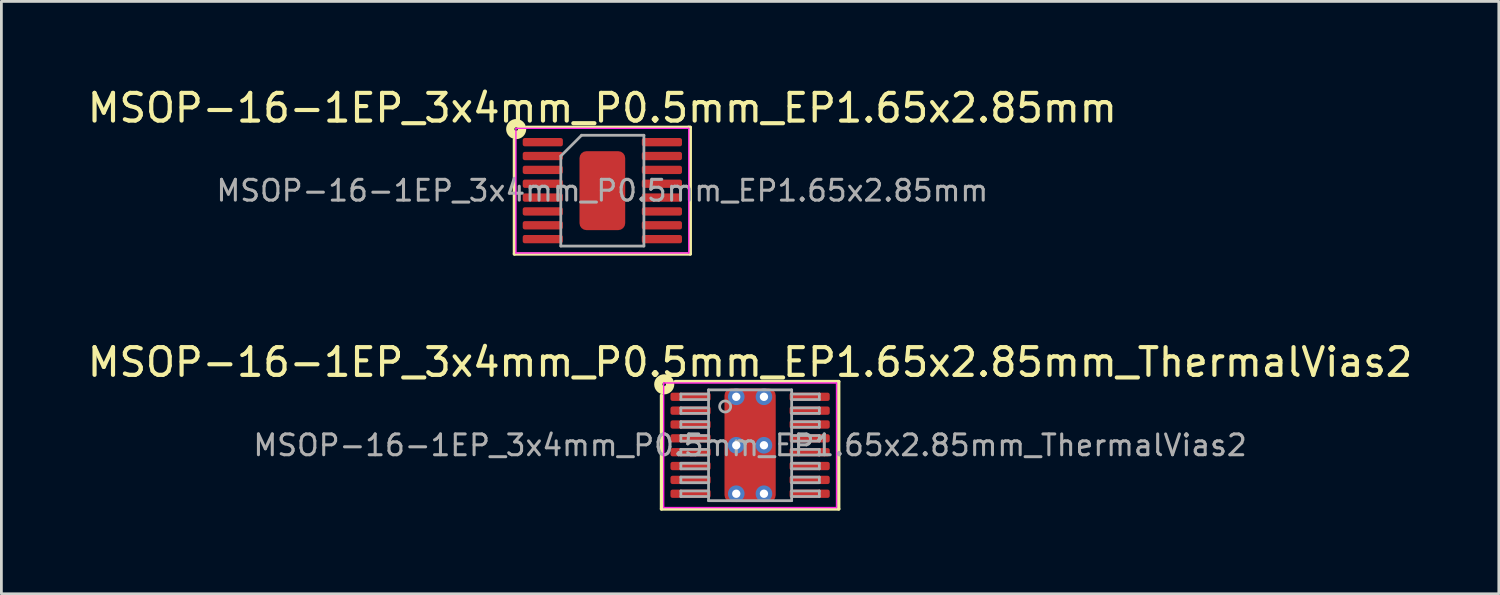
<source format=kicad_pcb>
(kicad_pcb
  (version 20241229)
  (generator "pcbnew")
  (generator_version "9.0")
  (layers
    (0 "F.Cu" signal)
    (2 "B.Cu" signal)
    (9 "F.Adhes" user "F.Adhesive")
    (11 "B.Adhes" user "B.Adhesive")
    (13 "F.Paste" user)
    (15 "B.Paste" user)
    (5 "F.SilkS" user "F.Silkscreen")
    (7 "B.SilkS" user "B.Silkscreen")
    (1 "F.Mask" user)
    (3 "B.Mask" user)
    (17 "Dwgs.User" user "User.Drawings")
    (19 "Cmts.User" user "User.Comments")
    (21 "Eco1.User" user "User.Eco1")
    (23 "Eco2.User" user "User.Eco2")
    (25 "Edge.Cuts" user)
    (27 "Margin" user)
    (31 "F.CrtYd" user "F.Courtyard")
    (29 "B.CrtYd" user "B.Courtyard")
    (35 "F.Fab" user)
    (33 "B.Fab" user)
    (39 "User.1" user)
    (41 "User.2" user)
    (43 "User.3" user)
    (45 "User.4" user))
  (footprint "MSOP-16-1EP_3x4mm_P0.5mm_EP1.65x2.85mm"
    (layer "F.Cu")
    (at 18.696 3.833)
    (property "Reference" "MSOP-16-1EP_3x4mm_P0.5mm_EP1.65x2.85mm" (at 0 -2.985 0) (layer "F.SilkS") (effects (font (size 1 1) (thickness 0.15))))
    (attr smd)
    (fp_line (start -3.175 2.286) (end -3.175 -1.841) (stroke (width 0.12) (type solid)) (layer "F.SilkS"))
    (fp_line (start -2.731 -2.286) (end 3.111 -2.286) (stroke (width 0.12) (type solid)) (layer "F.SilkS"))
    (fp_line (start 3.111 -2.286) (end 3.175 -2.286) (stroke (width 0.12) (type solid)) (layer "F.SilkS"))
    (fp_line (start 3.175 -2.286) (end 3.175 2.286) (stroke (width 0.12) (type solid)) (layer "F.SilkS"))
    (fp_line (start 3.175 2.286) (end -3.175 2.286) (stroke (width 0.12) (type solid)) (layer "F.SilkS"))
    (fp_circle (center -3.111 -2.223) (end -3.048 -2.223) (stroke (width 0.3) (type solid)) (fill no) (layer "F.SilkS"))
    (fp_line (start -3.12 -2.25) (end -3.12 2.25) (stroke (width 0.05) (type solid)) (layer "F.CrtYd"))
    (fp_line (start -3.12 2.25) (end 3.12 2.25) (stroke (width 0.05) (type solid)) (layer "F.CrtYd"))
    (fp_line (start 3.12 -2.25) (end -3.12 -2.25) (stroke (width 0.05) (type solid)) (layer "F.CrtYd"))
    (fp_line (start 3.12 2.25) (end 3.12 -2.25) (stroke (width 0.05) (type solid)) (layer "F.CrtYd"))
    (fp_line (start -1.5 -1.25) (end -0.75 -2) (stroke (width 0.1) (type solid)) (layer "F.Fab"))
    (fp_line (start -1.5 2) (end -1.5 -1.25) (stroke (width 0.1) (type solid)) (layer "F.Fab"))
    (fp_line (start -0.75 -2) (end 1.5 -2) (stroke (width 0.1) (type solid)) (layer "F.Fab"))
    (fp_line (start 1.5 -2) (end 1.5 2) (stroke (width 0.1) (type solid)) (layer "F.Fab"))
    (fp_line (start 1.5 2) (end -1.5 2) (stroke (width 0.1) (type solid)) (layer "F.Fab"))
    (fp_text user "${REFERENCE}" (at 0 0 0) (layer "F.Fab") (effects (font (size 0.75 0.75) (thickness 0.11))))
    (pad "" smd roundrect (at -0.41 -0.71) (size 0.67 1.15) (layers "F.Paste") (roundrect_rratio 0.25))
    (pad "" smd roundrect (at -0.41 0.71) (size 0.67 1.15) (layers "F.Paste") (roundrect_rratio 0.25))
    (pad "" smd roundrect (at 0.41 -0.71) (size 0.67 1.15) (layers "F.Paste") (roundrect_rratio 0.25))
    (pad "" smd roundrect (at 0.41 0.71) (size 0.67 1.15) (layers "F.Paste") (roundrect_rratio 0.25))
    (pad "1" smd roundrect (at -2.15 -1.75) (size 1.45 0.3) (layers "F.Cu" "F.Mask" "F.Paste") (roundrect_rratio 0.25))
    (pad "2" smd roundrect (at -2.15 -1.25) (size 1.45 0.3) (layers "F.Cu" "F.Mask" "F.Paste") (roundrect_rratio 0.25))
    (pad "3" smd roundrect (at -2.15 -0.75) (size 1.45 0.3) (layers "F.Cu" "F.Mask" "F.Paste") (roundrect_rratio 0.25))
    (pad "4" smd roundrect (at -2.15 -0.25) (size 1.45 0.3) (layers "F.Cu" "F.Mask" "F.Paste") (roundrect_rratio 0.25))
    (pad "5" smd roundrect (at -2.15 0.25) (size 1.45 0.3) (layers "F.Cu" "F.Mask" "F.Paste") (roundrect_rratio 0.25))
    (pad "6" smd roundrect (at -2.15 0.75) (size 1.45 0.3) (layers "F.Cu" "F.Mask" "F.Paste") (roundrect_rratio 0.25))
    (pad "7" smd roundrect (at -2.15 1.25) (size 1.45 0.3) (layers "F.Cu" "F.Mask" "F.Paste") (roundrect_rratio 0.25))
    (pad "8" smd roundrect (at -2.15 1.75) (size 1.45 0.3) (layers "F.Cu" "F.Mask" "F.Paste") (roundrect_rratio 0.25))
    (pad "9" smd roundrect (at 2.15 1.75) (size 1.45 0.3) (layers "F.Cu" "F.Mask" "F.Paste") (roundrect_rratio 0.25))
    (pad "10" smd roundrect (at 2.15 1.25) (size 1.45 0.3) (layers "F.Cu" "F.Mask" "F.Paste") (roundrect_rratio 0.25))
    (pad "11" smd roundrect (at 2.15 0.75) (size 1.45 0.3) (layers "F.Cu" "F.Mask" "F.Paste") (roundrect_rratio 0.25))
    (pad "12" smd roundrect (at 2.15 0.25) (size 1.45 0.3) (layers "F.Cu" "F.Mask" "F.Paste") (roundrect_rratio 0.25))
    (pad "13" smd roundrect (at 2.15 -0.25) (size 1.45 0.3) (layers "F.Cu" "F.Mask" "F.Paste") (roundrect_rratio 0.25))
    (pad "14" smd roundrect (at 2.15 -0.75) (size 1.45 0.3) (layers "F.Cu" "F.Mask" "F.Paste") (roundrect_rratio 0.25))
    (pad "15" smd roundrect (at 2.15 -1.25) (size 1.45 0.3) (layers "F.Cu" "F.Mask" "F.Paste") (roundrect_rratio 0.25))
    (pad "16" smd roundrect (at 2.15 -1.75) (size 1.45 0.3) (layers "F.Cu" "F.Mask" "F.Paste") (roundrect_rratio 0.25))
    (pad "17" smd roundrect (at 0 0) (size 1.65 2.85) (layers "F.Cu" "F.Mask") (roundrect_rratio 0.152)))
  (footprint "MSOP-16-1EP_3x4mm_P0.5mm_EP1.65x2.85mm_ThermalVias2"
    (layer "F.Cu")
    (at 24.03 13.025)
    (property "Reference" "MSOP-16-1EP_3x4mm_P0.5mm_EP1.65x2.85mm_ThermalVias2" (at 0 -2.998 0) (layer "F.SilkS") (effects (font (size 1 1) (thickness 0.15))))
    (attr smd)
    (fp_line (start -3.2 2.3) (end -3.2 -1.8) (stroke (width 0.12) (type solid)) (layer "F.SilkS"))
    (fp_line (start -2.7 -2.3) (end 3.2 -2.3) (stroke (width 0.12) (type solid)) (layer "F.SilkS"))
    (fp_line (start 3.2 -2.3) (end 3.2 2.3) (stroke (width 0.12) (type solid)) (layer "F.SilkS"))
    (fp_line (start 3.2 2.3) (end -3.2 2.3) (stroke (width 0.12) (type solid)) (layer "F.SilkS"))
    (fp_circle (center -3.1 -2.2) (end -3.037 -2.2) (stroke (width 0.3) (type solid)) (fill no) (layer "F.SilkS"))
    (fp_line (start -3.12 -2.25) (end -3.12 2.25) (stroke (width 0.05) (type solid)) (layer "F.CrtYd"))
    (fp_line (start -3.12 2.25) (end 3.12 2.25) (stroke (width 0.05) (type solid)) (layer "F.CrtYd"))
    (fp_line (start 3.12 -2.25) (end -3.12 -2.25) (stroke (width 0.05) (type solid)) (layer "F.CrtYd"))
    (fp_line (start 3.12 2.25) (end 3.12 -2.25) (stroke (width 0.05) (type solid)) (layer "F.CrtYd"))
    (fp_line (start -2.5 -1.85) (end -2.5 -1.65) (stroke (width 0.1) (type solid)) (layer "F.Fab"))
    (fp_line (start -2.5 -1.85) (end -1.5 -1.85) (stroke (width 0.1) (type solid)) (layer "F.Fab"))
    (fp_line (start -2.5 -1.65) (end -1.5 -1.65) (stroke (width 0.1) (type solid)) (layer "F.Fab"))
    (fp_line (start -2.5 -1.35) (end -2.5 -1.15) (stroke (width 0.1) (type solid)) (layer "F.Fab"))
    (fp_line (start -2.5 -1.35) (end -1.5 -1.35) (stroke (width 0.1) (type solid)) (layer "F.Fab"))
    (fp_line (start -2.5 -1.15) (end -1.5 -1.15) (stroke (width 0.1) (type solid)) (layer "F.Fab"))
    (fp_line (start -2.5 -0.85) (end -2.5 -0.65) (stroke (width 0.1) (type solid)) (layer "F.Fab"))
    (fp_line (start -2.5 -0.85) (end -1.5 -0.85) (stroke (width 0.1) (type solid)) (layer "F.Fab"))
    (fp_line (start -2.5 -0.65) (end -1.5 -0.65) (stroke (width 0.1) (type solid)) (layer "F.Fab"))
    (fp_line (start -2.5 -0.35) (end -2.5 -0.15) (stroke (width 0.1) (type solid)) (layer "F.Fab"))
    (fp_line (start -2.5 -0.35) (end -1.5 -0.35) (stroke (width 0.1) (type solid)) (layer "F.Fab"))
    (fp_line (start -2.5 -0.15) (end -1.5 -0.15) (stroke (width 0.1) (type solid)) (layer "F.Fab"))
    (fp_line (start -2.5 0.15) (end -2.5 0.35) (stroke (width 0.1) (type solid)) (layer "F.Fab"))
    (fp_line (start -2.5 0.15) (end -1.5 0.15) (stroke (width 0.1) (type solid)) (layer "F.Fab"))
    (fp_line (start -2.5 0.35) (end -1.5 0.35) (stroke (width 0.1) (type solid)) (layer "F.Fab"))
    (fp_line (start -2.5 0.65) (end -2.5 0.85) (stroke (width 0.1) (type solid)) (layer "F.Fab"))
    (fp_line (start -2.5 0.65) (end -1.5 0.65) (stroke (width 0.1) (type solid)) (layer "F.Fab"))
    (fp_line (start -2.5 0.85) (end -1.5 0.85) (stroke (width 0.1) (type solid)) (layer "F.Fab"))
    (fp_line (start -2.5 1.15) (end -2.5 1.35) (stroke (width 0.1) (type solid)) (layer "F.Fab"))
    (fp_line (start -2.5 1.15) (end -1.5 1.15) (stroke (width 0.1) (type solid)) (layer "F.Fab"))
    (fp_line (start -2.5 1.35) (end -1.5 1.35) (stroke (width 0.1) (type solid)) (layer "F.Fab"))
    (fp_line (start -2.5 1.65) (end -2.5 1.85) (stroke (width 0.1) (type solid)) (layer "F.Fab"))
    (fp_line (start -2.5 1.65) (end -1.5 1.65) (stroke (width 0.1) (type solid)) (layer "F.Fab"))
    (fp_line (start -2.5 1.85) (end -1.5 1.85) (stroke (width 0.1) (type solid)) (layer "F.Fab"))
    (fp_line (start -1.5 -2) (end 1.5 -2) (stroke (width 0.1) (type solid)) (layer "F.Fab"))
    (fp_line (start -1.5 2) (end -1.5 -2) (stroke (width 0.1) (type solid)) (layer "F.Fab"))
    (fp_line (start 1.5 -2) (end 1.5 2) (stroke (width 0.1) (type solid)) (layer "F.Fab"))
    (fp_line (start 1.5 2) (end -1.5 2) (stroke (width 0.1) (type solid)) (layer "F.Fab"))
    (fp_line (start 2.5 -1.85) (end 1.5 -1.85) (stroke (width 0.1) (type solid)) (layer "F.Fab"))
    (fp_line (start 2.5 -1.65) (end 1.5 -1.65) (stroke (width 0.1) (type solid)) (layer "F.Fab"))
    (fp_line (start 2.5 -1.65) (end 2.5 -1.85) (stroke (width 0.1) (type solid)) (layer "F.Fab"))
    (fp_line (start 2.5 -1.35) (end 1.5 -1.35) (stroke (width 0.1) (type solid)) (layer "F.Fab"))
    (fp_line (start 2.5 -1.15) (end 1.5 -1.15) (stroke (width 0.1) (type solid)) (layer "F.Fab"))
    (fp_line (start 2.5 -1.15) (end 2.5 -1.35) (stroke (width 0.1) (type solid)) (layer "F.Fab"))
    (fp_line (start 2.5 -0.85) (end 1.5 -0.85) (stroke (width 0.1) (type solid)) (layer "F.Fab"))
    (fp_line (start 2.5 -0.65) (end 1.5 -0.65) (stroke (width 0.1) (type solid)) (layer "F.Fab"))
    (fp_line (start 2.5 -0.65) (end 2.5 -0.85) (stroke (width 0.1) (type solid)) (layer "F.Fab"))
    (fp_line (start 2.5 -0.35) (end 1.5 -0.35) (stroke (width 0.1) (type solid)) (layer "F.Fab"))
    (fp_line (start 2.5 -0.15) (end 1.5 -0.15) (stroke (width 0.1) (type solid)) (layer "F.Fab"))
    (fp_line (start 2.5 -0.15) (end 2.5 -0.35) (stroke (width 0.1) (type solid)) (layer "F.Fab"))
    (fp_line (start 2.5 0.15) (end 1.5 0.15) (stroke (width 0.1) (type solid)) (layer "F.Fab"))
    (fp_line (start 2.5 0.35) (end 1.5 0.35) (stroke (width 0.1) (type solid)) (layer "F.Fab"))
    (fp_line (start 2.5 0.35) (end 2.5 0.15) (stroke (width 0.1) (type solid)) (layer "F.Fab"))
    (fp_line (start 2.5 0.65) (end 1.5 0.65) (stroke (width 0.1) (type solid)) (layer "F.Fab"))
    (fp_line (start 2.5 0.85) (end 1.5 0.85) (stroke (width 0.1) (type solid)) (layer "F.Fab"))
    (fp_line (start 2.5 0.85) (end 2.5 0.65) (stroke (width 0.1) (type solid)) (layer "F.Fab"))
    (fp_line (start 2.5 1.15) (end 1.5 1.15) (stroke (width 0.1) (type solid)) (layer "F.Fab"))
    (fp_line (start 2.5 1.35) (end 1.5 1.35) (stroke (width 0.1) (type solid)) (layer "F.Fab"))
    (fp_line (start 2.5 1.35) (end 2.5 1.15) (stroke (width 0.1) (type solid)) (layer "F.Fab"))
    (fp_line (start 2.5 1.65) (end 1.5 1.65) (stroke (width 0.1) (type solid)) (layer "F.Fab"))
    (fp_line (start 2.5 1.85) (end 1.5 1.85) (stroke (width 0.1) (type solid)) (layer "F.Fab"))
    (fp_line (start 2.5 1.85) (end 2.5 1.65) (stroke (width 0.1) (type solid)) (layer "F.Fab"))
    (fp_circle (center -0.9 -1.4) (end -0.7 -1.4) (stroke (width 0.1) (type solid)) (fill no) (layer "F.Fab"))
    (fp_text user "${REFERENCE}" (at 0 0 0) (layer "F.Fab") (effects (font (size 0.75 0.75) (thickness 0.11))))
    (pad "" smd roundrect (at -0.385 -0.85) (size 0.63 0.8) (layers "F.Paste") (roundrect_rratio 0.25))
    (pad "" smd roundrect (at -0.385 0.85) (size 0.63 0.8) (layers "F.Paste") (roundrect_rratio 0.25))
    (pad "" smd roundrect (at 0 -0.863) (size 1.65 1.125) (layers "F.Mask") (roundrect_rratio 0.222))
    (pad "" smd roundrect (at 0 0.863) (size 1.65 1.125) (layers "F.Mask") (roundrect_rratio 0.222))
    (pad "" smd roundrect (at 0.385 -0.85) (size 0.63 0.8) (layers "F.Paste") (roundrect_rratio 0.25))
    (pad "" smd roundrect (at 0.385 0.85) (size 0.63 0.8) (layers "F.Paste") (roundrect_rratio 0.25))
    (pad "1" smd roundrect (at -2.15 -1.75) (size 1.45 0.3) (layers "F.Cu" "F.Mask" "F.Paste") (roundrect_rratio 0.25))
    (pad "2" smd roundrect (at -2.15 -1.25) (size 1.45 0.3) (layers "F.Cu" "F.Mask" "F.Paste") (roundrect_rratio 0.25))
    (pad "3" smd roundrect (at -2.15 -0.75) (size 1.45 0.3) (layers "F.Cu" "F.Mask" "F.Paste") (roundrect_rratio 0.25))
    (pad "4" smd roundrect (at -2.15 -0.25) (size 1.45 0.3) (layers "F.Cu" "F.Mask" "F.Paste") (roundrect_rratio 0.25))
    (pad "5" smd roundrect (at -2.15 0.25) (size 1.45 0.3) (layers "F.Cu" "F.Mask" "F.Paste") (roundrect_rratio 0.25))
    (pad "6" smd roundrect (at -2.15 0.75) (size 1.45 0.3) (layers "F.Cu" "F.Mask" "F.Paste") (roundrect_rratio 0.25))
    (pad "7" smd roundrect (at -2.15 1.25) (size 1.45 0.3) (layers "F.Cu" "F.Mask" "F.Paste") (roundrect_rratio 0.25))
    (pad "8" smd roundrect (at -2.15 1.75) (size 1.45 0.3) (layers "F.Cu" "F.Mask" "F.Paste") (roundrect_rratio 0.25))
    (pad "9" smd roundrect (at 2.15 1.75) (size 1.45 0.3) (layers "F.Cu" "F.Mask" "F.Paste") (roundrect_rratio 0.25))
    (pad "10" smd roundrect (at 2.15 1.25) (size 1.45 0.3) (layers "F.Cu" "F.Mask" "F.Paste") (roundrect_rratio 0.25))
    (pad "11" smd roundrect (at 2.15 0.75) (size 1.45 0.3) (layers "F.Cu" "F.Mask" "F.Paste") (roundrect_rratio 0.25))
    (pad "12" smd roundrect (at 2.15 0.25) (size 1.45 0.3) (layers "F.Cu" "F.Mask" "F.Paste") (roundrect_rratio 0.25))
    (pad "13" smd roundrect (at 2.15 -0.25) (size 1.45 0.3) (layers "F.Cu" "F.Mask" "F.Paste") (roundrect_rratio 0.25))
    (pad "14" smd roundrect (at 2.15 -0.75) (size 1.45 0.3) (layers "F.Cu" "F.Mask" "F.Paste") (roundrect_rratio 0.25))
    (pad "15" smd roundrect (at 2.15 -1.25) (size 1.45 0.3) (layers "F.Cu" "F.Mask" "F.Paste") (roundrect_rratio 0.25))
    (pad "16" smd roundrect (at 2.15 -1.75) (size 1.45 0.3) (layers "F.Cu" "F.Mask" "F.Paste") (roundrect_rratio 0.25))
    (pad "17" thru_hole circle (at -0.5 -1.75) (size 0.6 0.6) (drill 0.3) (property pad_prop_heatsink) (layers "*.Cu" "*.Mask"))
    (pad "17" thru_hole circle (at -0.5 0) (size 0.6 0.6) (drill 0.3) (property pad_prop_heatsink) (layers "*.Cu" "*.Mask"))
    (pad "17" thru_hole circle (at -0.5 1.75) (size 0.6 0.6) (drill 0.3) (property pad_prop_heatsink) (layers "*.Cu" "*.Mask"))
    (pad "17" smd roundrect (at 0 0) (size 1.85 4.1) (layers "F.Cu") (roundrect_rratio 0.135))
    (pad "17" thru_hole circle (at 0.5 -1.75) (size 0.6 0.6) (drill 0.3) (property pad_prop_heatsink) (layers "*.Cu" "*.Mask"))
    (pad "17" thru_hole circle (at 0.5 0) (size 0.6 0.6) (drill 0.3) (property pad_prop_heatsink) (layers "*.Cu" "*.Mask"))
    (pad "17" thru_hole circle (at 0.5 1.75) (size 0.6 0.6) (drill 0.3) (property pad_prop_heatsink) (layers "*.Cu" "*.Mask")))
  (gr_rect
    (start -3 -3)
    (end 51.06 18.386)
    (stroke (width 0.1) (type default))
    (fill no)
    (layer "Edge.Cuts")))
</source>
